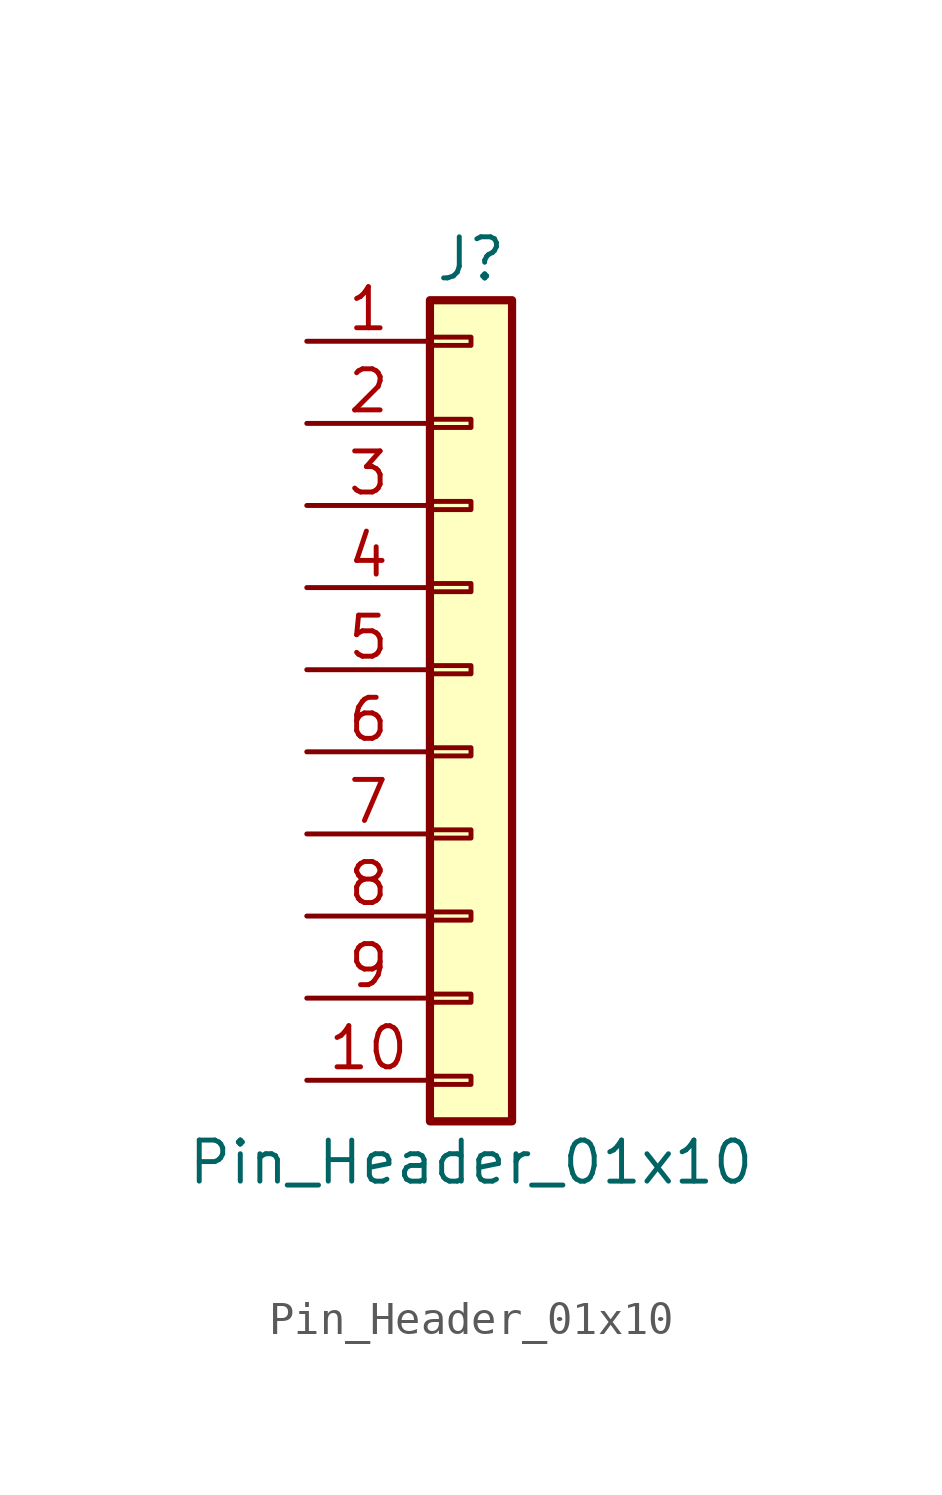
<source format=kicad_sym>
(kicad_symbol_lib
  (version 20231120)
  (generator "kicad_symbol_editor")
  (generator_version "8.0")
  (symbol "Pin_Header_01x10"
    (pin_names
      (offset 1.016) hide)
    (property "Reference" "J"
      (at 0 12.7 0)
      (effects (font (size 1.27 1.27))))
    (property "Value" "Pin_Header_01x10"
      (at 0 -15.24 0)
      (effects (font (size 1.27 1.27))))
    (symbol "Pin_Header_01x10_1_1"
      (rectangle (start -1.27 -12.573) (end 0 -12.827) (stroke (width 0.152) (type default)) (fill (type none)))
      (rectangle (start -1.27 -10.033) (end 0 -10.287) (stroke (width 0.152) (type default)) (fill (type none)))
      (rectangle (start -1.27 -7.493) (end 0 -7.747) (stroke (width 0.152) (type default)) (fill (type none)))
      (rectangle (start -1.27 -4.953) (end 0 -5.207) (stroke (width 0.152) (type default)) (fill (type none)))
      (rectangle (start -1.27 -2.413) (end 0 -2.667) (stroke (width 0.152) (type default)) (fill (type none)))
      (rectangle (start -1.27 0.127) (end 0 -0.127) (stroke (width 0.152) (type default)) (fill (type none)))
      (rectangle (start -1.27 2.667) (end 0 2.413) (stroke (width 0.152) (type default)) (fill (type none)))
      (rectangle (start -1.27 5.207) (end 0 4.953) (stroke (width 0.152) (type default)) (fill (type none)))
      (rectangle (start -1.27 7.747) (end 0 7.493) (stroke (width 0.152) (type default)) (fill (type none)))
      (rectangle (start -1.27 10.287) (end 0 10.033) (stroke (width 0.152) (type default)) (fill (type none)))
      (rectangle (start -1.27 11.43) (end 1.27 -13.97) (stroke (width 0.254) (type default)) (fill (type background)))
      (pin passive line (at -5.08 10.16 0) (length 3.81) (name "Pin_1" (effects (font (size 1.27 1.27)))) (number "1" (effects (font (size 1.27 1.27)))))
      (pin passive line (at -5.08 -12.7 0) (length 3.81) (name "Pin_10" (effects (font (size 1.27 1.27)))) (number "10" (effects (font (size 1.27 1.27)))))
      (pin passive line (at -5.08 7.62 0) (length 3.81) (name "Pin_2" (effects (font (size 1.27 1.27)))) (number "2" (effects (font (size 1.27 1.27)))))
      (pin passive line (at -5.08 5.08 0) (length 3.81) (name "Pin_3" (effects (font (size 1.27 1.27)))) (number "3" (effects (font (size 1.27 1.27)))))
      (pin passive line (at -5.08 2.54 0) (length 3.81) (name "Pin_4" (effects (font (size 1.27 1.27)))) (number "4" (effects (font (size 1.27 1.27)))))
      (pin passive line (at -5.08 0 0) (length 3.81) (name "Pin_5" (effects (font (size 1.27 1.27)))) (number "5" (effects (font (size 1.27 1.27)))))
      (pin passive line (at -5.08 -2.54 0) (length 3.81) (name "Pin_6" (effects (font (size 1.27 1.27)))) (number "6" (effects (font (size 1.27 1.27)))))
      (pin passive line (at -5.08 -5.08 0) (length 3.81) (name "Pin_7" (effects (font (size 1.27 1.27)))) (number "7" (effects (font (size 1.27 1.27)))))
      (pin passive line (at -5.08 -7.62 0) (length 3.81) (name "Pin_8" (effects (font (size 1.27 1.27)))) (number "8" (effects (font (size 1.27 1.27)))))
      (pin passive line (at -5.08 -10.16 0) (length 3.81) (name "Pin_9" (effects (font (size 1.27 1.27)))) (number "9" (effects (font (size 1.27 1.27))))))))
</source>
